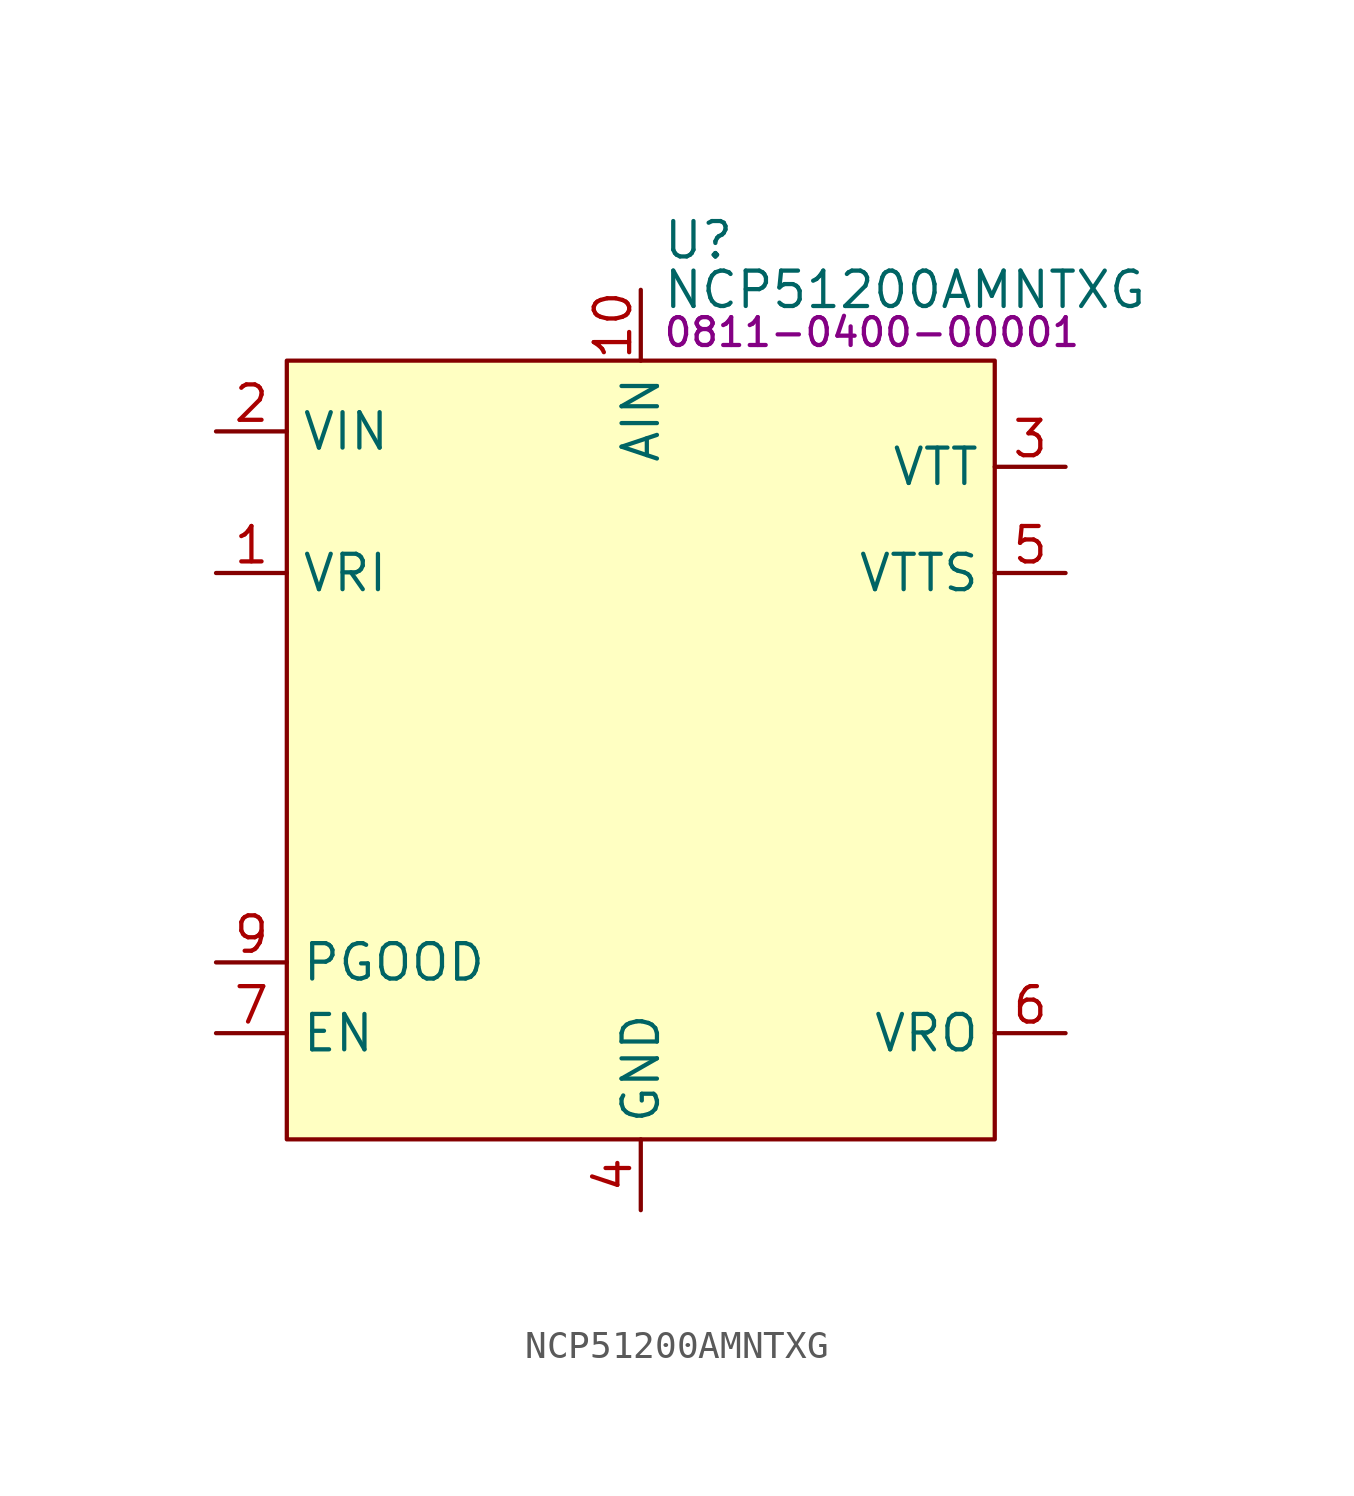
<source format=kicad_sym>
(kicad_symbol_lib
  (version 20241209)
  (generator "kicad_symbol_editor")
  (generator_version "9.0")
  (symbol "NCP51200AMNTXG"
    (property "Reference" "U"
      (at 13.462 4.318 0)
      (effects (font (size 1.27 1.27)) (justify left)))
    (property "Value" "NCP51200AMNTXG"
      (at 13.462 2.54 0)
      (effects (font (size 1.27 1.27)) (justify left)))
    (property "PartNumber" "0811-0400-00001"
      (at 13.462 1.016 0)
      (effects (font (size 1 1)) (justify left)))
    (symbol "NCP51200AMNTXG_0_0"
      (pin power_in line (at -2.54 -2.54 0) (length 2.54) (name "VIN" (effects (font (size 1.27 1.27)))) (number "2" (effects (font (size 1.27 1.27)))))
      (pin input line (at -2.54 -7.62 0) (length 2.54) (name "VRI" (effects (font (size 1.27 1.27)))) (number "1" (effects (font (size 1.27 1.27)))))
      (pin output line (at -2.54 -21.59 0) (length 2.54) (name "PGOOD" (effects (font (size 1.27 1.27)))) (number "9" (effects (font (size 1.27 1.27)))))
      (pin input line (at -2.54 -24.13 0) (length 2.54) (name "EN" (effects (font (size 1.27 1.27)))) (number "7" (effects (font (size 1.27 1.27)))))
      (pin input line (at 12.7 2.54 270) (length 2.54) (name "AIN" (effects (font (size 1.27 1.27)))) (number "10" (effects (font (size 1.27 1.27)))))
      (pin power_in line (at 12.7 -30.48 90) (length 2.54) (hide yes) (name "GND" (effects (font (size 1.27 1.27)))) (number "11" (effects (font (size 1.27 1.27)))))
      (pin power_in line (at 12.7 -30.48 90) (length 2.54) (name "GND" (effects (font (size 1.27 1.27)))) (number "4" (effects (font (size 1.27 1.27)))))
      (pin power_out line (at 27.94 -3.81 180) (length 2.54) (name "VTT" (effects (font (size 1.27 1.27)))) (number "3" (effects (font (size 1.27 1.27)))))
      (pin input line (at 27.94 -7.62 180) (length 2.54) (name "VTTS" (effects (font (size 1.27 1.27)))) (number "5" (effects (font (size 1.27 1.27)))))
      (pin output line (at 27.94 -24.13 180) (length 2.54) (name "VRO" (effects (font (size 1.27 1.27)))) (number "6" (effects (font (size 1.27 1.27))))))
    (symbol "NCP51200AMNTXG_1_0"
      (pin power_in line (at 12.7 -30.48 90) (length 2.54) (hide yes) (name "GND" (effects (font (size 1.27 1.27)))) (number "8" (effects (font (size 1.27 1.27))))))
    (symbol "NCP51200AMNTXG_1_1"
      (rectangle (start 0 0) (end 25.4 -27.94) (stroke (width 0) (type solid)) (fill (type background))))))
</source>
